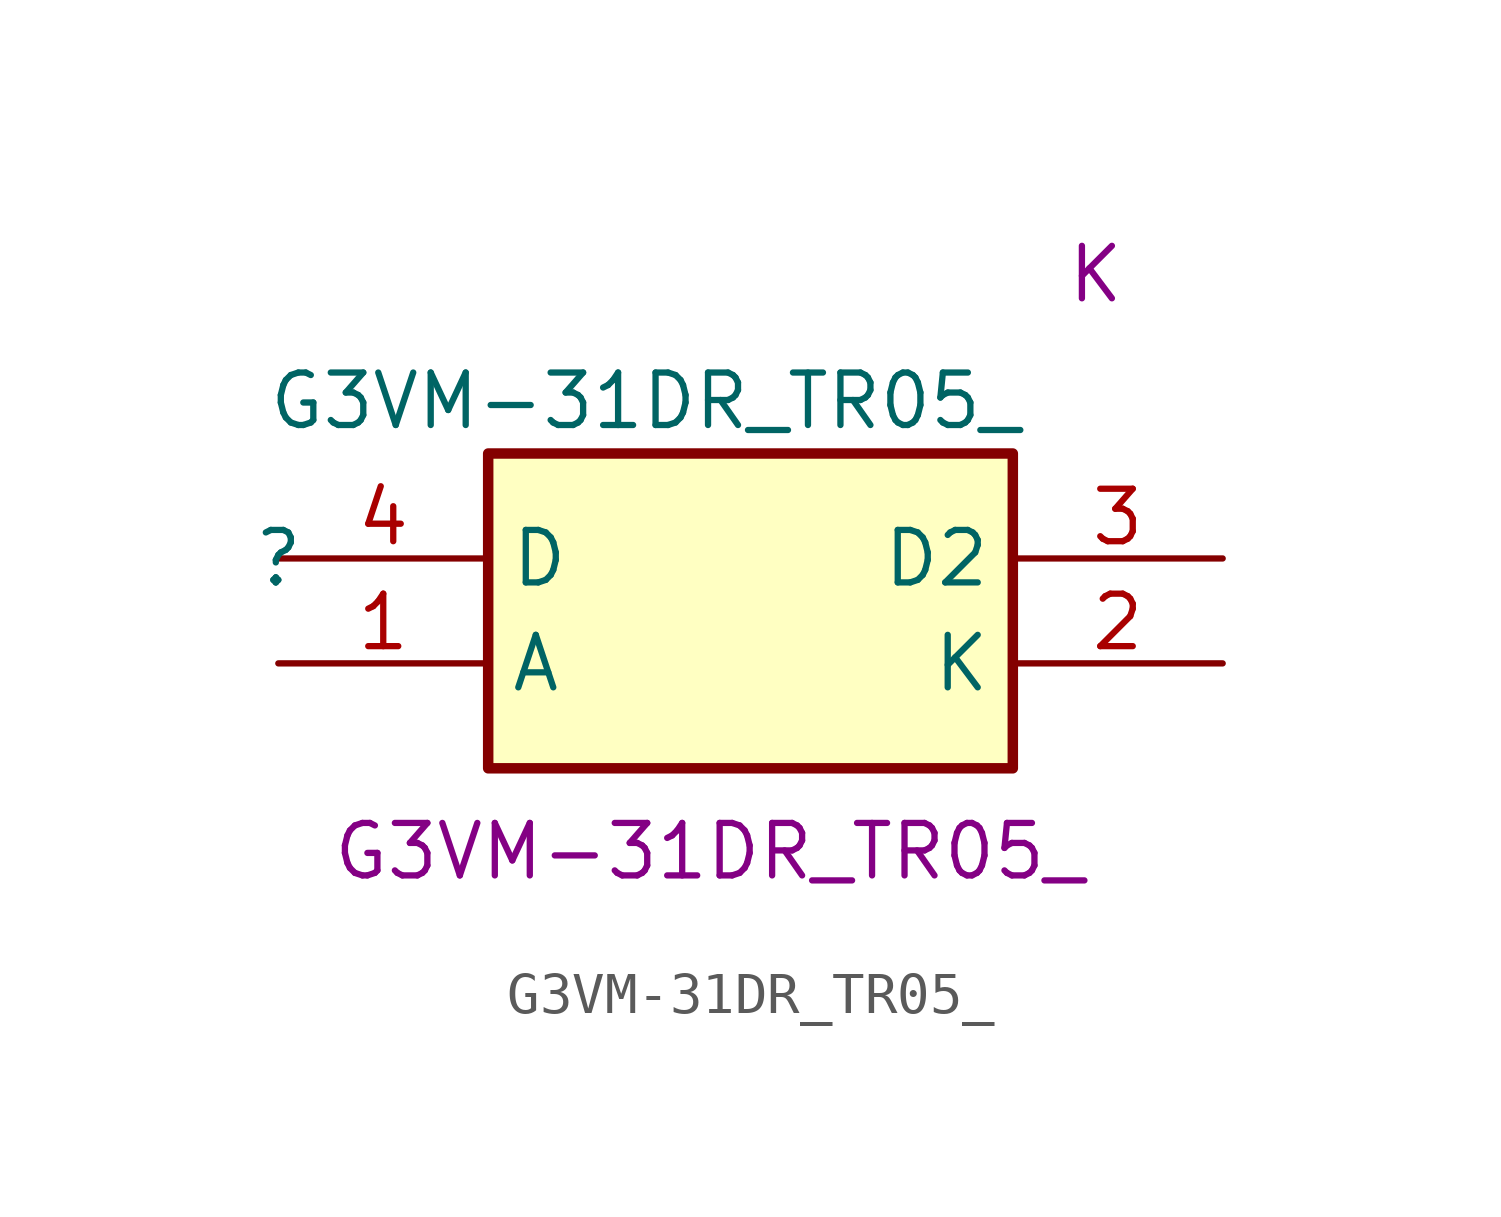
<source format=kicad_sym>
(kicad_symbol_lib
  (version 20211014)
  (generator kicad_symbol_editor)
  (symbol "G3VM-31DR_TR05_"
    (property "Reference" ""
      (at 0 0 0)
      (effects (font (size 1.27 1.27))))
    (property "Value" "G3VM-31DR_TR05_"
      (at 8.89 3.81 0)
      (effects (font (size 1.27 1.27))))
    (property "Reference_1" "K"
      (at 19.05 7.62 0)
      (effects (font (size 1.27 1.27)) (justify left top)))
    (property "Value_1" "G3VM-31DR_TR05_"
      (at 1.27 -6.35 0)
      (effects (font (size 1.27 1.27)) (justify left top)))
    (symbol "G3VM-31DR_TR05__1_1"
      (rectangle (start 5.08 2.54) (end 17.78 -5.08) (stroke (width 0.254) (type default) (color 0 0 0 0)) (fill (type background)))
      (pin passive line (at 0 -2.54 0) (length 5.08) (name "A" (effects (font (size 1.27 1.27)))) (number "1" (effects (font (size 1.27 1.27)))))
      (pin passive line (at 22.86 -2.54 180) (length 5.08) (name "K" (effects (font (size 1.27 1.27)))) (number "2" (effects (font (size 1.27 1.27)))))
      (pin power_out line (at 22.86 0 180) (length 5.08) (name "D2" (effects (font (size 1.27 1.27)))) (number "3" (effects (font (size 1.27 1.27)))))
      (pin power_in line (at 0 0 0) (length 5.08) (name "D" (effects (font (size 1.27 1.27)))) (number "4" (effects (font (size 1.27 1.27))))))))
</source>
